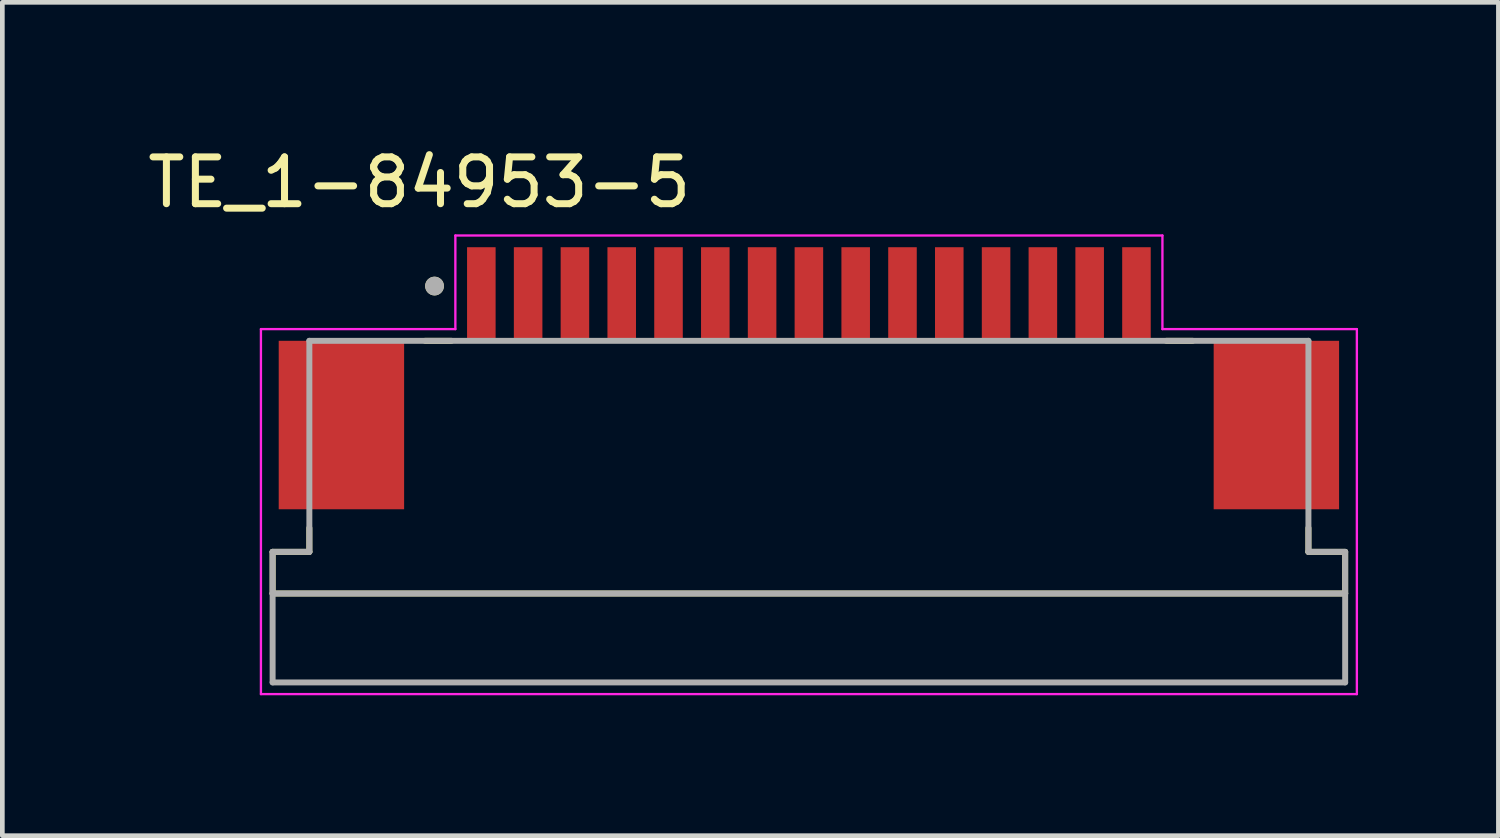
<source format=kicad_pcb>
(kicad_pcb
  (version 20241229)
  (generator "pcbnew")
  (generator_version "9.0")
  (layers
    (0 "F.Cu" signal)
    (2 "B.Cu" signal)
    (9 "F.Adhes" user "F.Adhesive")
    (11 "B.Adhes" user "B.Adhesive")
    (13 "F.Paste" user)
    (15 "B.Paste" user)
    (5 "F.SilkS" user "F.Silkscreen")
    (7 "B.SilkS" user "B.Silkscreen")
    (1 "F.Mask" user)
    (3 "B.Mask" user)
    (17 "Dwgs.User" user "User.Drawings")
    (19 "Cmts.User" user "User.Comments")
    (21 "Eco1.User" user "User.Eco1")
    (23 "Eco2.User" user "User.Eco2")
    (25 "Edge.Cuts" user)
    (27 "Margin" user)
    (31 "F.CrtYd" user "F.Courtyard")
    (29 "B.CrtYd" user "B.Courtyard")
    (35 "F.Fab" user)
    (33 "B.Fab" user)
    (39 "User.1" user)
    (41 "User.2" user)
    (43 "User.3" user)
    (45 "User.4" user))
  (footprint "TE_1-84953-5"
    (layer "F.Cu")
    (at 14.236 3.233)
    (property "Reference" "TE_1-84953-5" (at -8.325 -2.385 0) (layer "F.SilkS") (effects (font (size 1 1) (thickness 0.15))))
    (attr smd)
    (fp_line (start -11.46 6.4) (end -11.46 5.51) (stroke (width 0.127) (type solid)) (layer "F.SilkS"))
    (fp_line (start -10.675 5) (end -10.675 5.51) (stroke (width 0.127) (type solid)) (layer "F.SilkS"))
    (fp_line (start -10.675 5.51) (end -11.46 5.51) (stroke (width 0.127) (type solid)) (layer "F.SilkS"))
    (fp_line (start -8.2 1) (end -7.64 1) (stroke (width 0.127) (type solid)) (layer "F.SilkS"))
    (fp_line (start 7.64 1) (end 8.2 1) (stroke (width 0.127) (type solid)) (layer "F.SilkS"))
    (fp_line (start 10.675 5) (end 10.675 5.51) (stroke (width 0.127) (type solid)) (layer "F.SilkS"))
    (fp_line (start 11.46 5.51) (end 10.675 5.51) (stroke (width 0.127) (type solid)) (layer "F.SilkS"))
    (fp_line (start 11.46 5.51) (end 11.46 6.4) (stroke (width 0.127) (type solid)) (layer "F.SilkS"))
    (fp_line (start 11.46 6.4) (end -11.46 6.4) (stroke (width 0.127) (type solid)) (layer "F.SilkS"))
    (fp_circle (center -8 -0.17) (end -7.9 -0.17) (stroke (width 0.2) (type solid)) (fill no) (layer "F.SilkS"))
    (fp_line (start -11.71 0.75) (end -7.555 0.75) (stroke (width 0.05) (type solid)) (layer "F.CrtYd"))
    (fp_line (start -11.71 8.55) (end -11.71 0.75) (stroke (width 0.05) (type solid)) (layer "F.CrtYd"))
    (fp_line (start -7.555 -1.25) (end 7.555 -1.25) (stroke (width 0.05) (type solid)) (layer "F.CrtYd"))
    (fp_line (start -7.555 0.75) (end -7.555 -1.25) (stroke (width 0.05) (type solid)) (layer "F.CrtYd"))
    (fp_line (start 7.555 -1.25) (end 7.555 0.75) (stroke (width 0.05) (type solid)) (layer "F.CrtYd"))
    (fp_line (start 7.555 0.75) (end 11.71 0.75) (stroke (width 0.05) (type solid)) (layer "F.CrtYd"))
    (fp_line (start 11.71 0.75) (end 11.71 8.55) (stroke (width 0.05) (type solid)) (layer "F.CrtYd"))
    (fp_line (start 11.71 8.55) (end -11.71 8.55) (stroke (width 0.05) (type solid)) (layer "F.CrtYd"))
    (fp_line (start -11.46 5.51) (end -11.46 6.4) (stroke (width 0.127) (type solid)) (layer "F.Fab"))
    (fp_line (start -11.46 8.3) (end -11.46 6.4) (stroke (width 0.127) (type solid)) (layer "F.Fab"))
    (fp_line (start -10.675 1) (end -10.675 5.51) (stroke (width 0.127) (type solid)) (layer "F.Fab"))
    (fp_line (start -10.675 1) (end 10.675 1) (stroke (width 0.127) (type solid)) (layer "F.Fab"))
    (fp_line (start -10.675 5.51) (end -11.46 5.51) (stroke (width 0.127) (type solid)) (layer "F.Fab"))
    (fp_line (start 10.675 1) (end 10.675 5.51) (stroke (width 0.127) (type solid)) (layer "F.Fab"))
    (fp_line (start 11.46 5.51) (end 10.675 5.51) (stroke (width 0.127) (type solid)) (layer "F.Fab"))
    (fp_line (start 11.46 5.51) (end 11.46 6.4) (stroke (width 0.127) (type solid)) (layer "F.Fab"))
    (fp_line (start 11.46 6.4) (end -11.46 6.4) (stroke (width 0.127) (type solid)) (layer "F.Fab"))
    (fp_line (start 11.46 6.4) (end 11.46 8.3) (stroke (width 0.127) (type solid)) (layer "F.Fab"))
    (fp_line (start 11.46 8.3) (end -11.46 8.3) (stroke (width 0.127) (type solid)) (layer "F.Fab"))
    (fp_circle (center -8 -0.17) (end -7.9 -0.17) (stroke (width 0.2) (type solid)) (fill no) (layer "F.Fab"))
    (pad "1" smd rect (at -7 0) (size 0.61 2) (layers "F.Cu" "F.Mask" "F.Paste"))
    (pad "2" smd rect (at -6 0) (size 0.61 2) (layers "F.Cu" "F.Mask" "F.Paste"))
    (pad "3" smd rect (at -5 0) (size 0.61 2) (layers "F.Cu" "F.Mask" "F.Paste"))
    (pad "4" smd rect (at -4 0) (size 0.61 2) (layers "F.Cu" "F.Mask" "F.Paste"))
    (pad "5" smd rect (at -3 0) (size 0.61 2) (layers "F.Cu" "F.Mask" "F.Paste"))
    (pad "6" smd rect (at -2 0) (size 0.61 2) (layers "F.Cu" "F.Mask" "F.Paste"))
    (pad "7" smd rect (at -1 0) (size 0.61 2) (layers "F.Cu" "F.Mask" "F.Paste"))
    (pad "8" smd rect (at 0 0) (size 0.61 2) (layers "F.Cu" "F.Mask" "F.Paste"))
    (pad "9" smd rect (at 1 0) (size 0.61 2) (layers "F.Cu" "F.Mask" "F.Paste"))
    (pad "10" smd rect (at 2 0) (size 0.61 2) (layers "F.Cu" "F.Mask" "F.Paste"))
    (pad "11" smd rect (at 3 0) (size 0.61 2) (layers "F.Cu" "F.Mask" "F.Paste"))
    (pad "12" smd rect (at 4 0) (size 0.61 2) (layers "F.Cu" "F.Mask" "F.Paste"))
    (pad "13" smd rect (at 5 0) (size 0.61 2) (layers "F.Cu" "F.Mask" "F.Paste"))
    (pad "14" smd rect (at 6 0) (size 0.61 2) (layers "F.Cu" "F.Mask" "F.Paste"))
    (pad "15" smd rect (at 7 0) (size 0.61 2) (layers "F.Cu" "F.Mask" "F.Paste"))
    (pad "S1" smd rect (at -9.99 2.8) (size 2.68 3.6) (layers "F.Cu" "F.Mask" "F.Paste"))
    (pad "S2" smd rect (at 9.99 2.8) (size 2.68 3.6) (layers "F.Cu" "F.Mask" "F.Paste")))
  (gr_rect
    (start -3 -3)
    (end 28.971 14.808)
    (stroke (width 0.1) (type default))
    (fill no)
    (layer "Edge.Cuts")))
</source>
